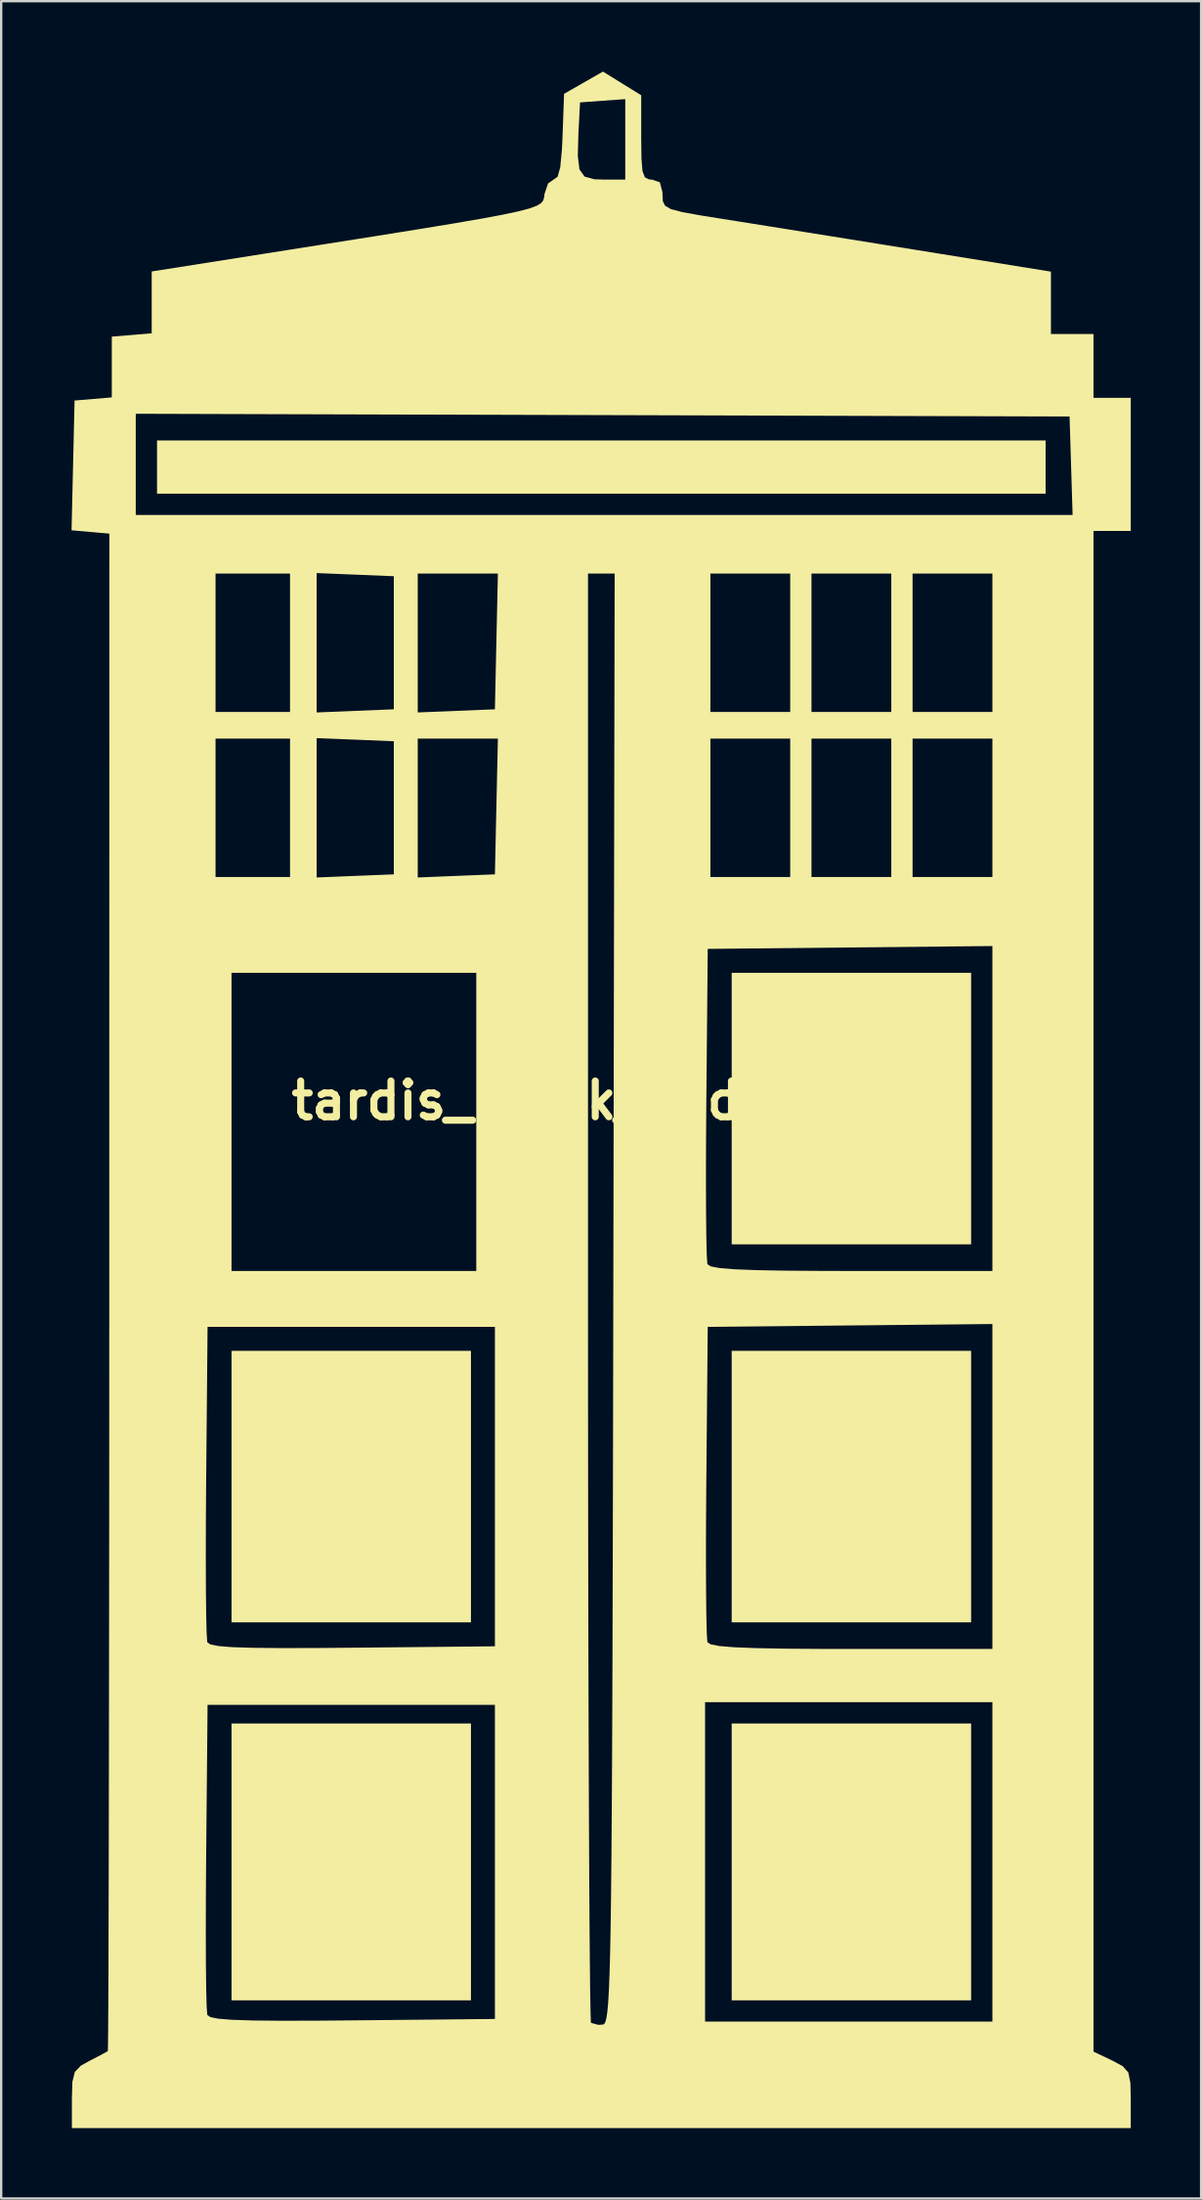
<source format=kicad_pcb>
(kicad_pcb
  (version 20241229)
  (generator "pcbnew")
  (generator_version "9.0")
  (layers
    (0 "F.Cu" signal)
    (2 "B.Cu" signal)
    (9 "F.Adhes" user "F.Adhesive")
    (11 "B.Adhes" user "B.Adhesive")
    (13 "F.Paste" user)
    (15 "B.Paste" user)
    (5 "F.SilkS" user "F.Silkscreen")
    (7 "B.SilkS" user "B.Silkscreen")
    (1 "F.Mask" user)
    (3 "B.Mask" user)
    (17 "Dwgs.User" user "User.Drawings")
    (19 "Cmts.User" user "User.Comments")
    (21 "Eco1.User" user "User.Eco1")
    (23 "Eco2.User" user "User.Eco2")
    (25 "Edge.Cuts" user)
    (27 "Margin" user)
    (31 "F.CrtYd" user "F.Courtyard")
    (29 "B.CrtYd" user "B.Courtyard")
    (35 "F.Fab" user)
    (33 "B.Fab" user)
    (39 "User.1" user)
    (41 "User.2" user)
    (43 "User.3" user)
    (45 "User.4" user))
  (footprint "tardis_black_and_white"
    (layer "F.Cu")
    (at 22.466 43.834)
    (property "Reference" "tardis_black_and_white" (at 0 0 0) (layer "F.SilkS") (effects (font (size 1.524 1.524) (thickness 0.3))))
    (attr board_only exclude_from_pos_files exclude_from_bom)
    (fp_poly (pts (xy -5.443 22.225) (xy -15.648 22.225) (xy -15.648 10.659) (xy -5.443 10.659)) (stroke (width 0) (type solid)) (fill yes) (layer "F.SilkS"))
    (fp_poly (pts (xy -5.443 38.327) (xy -15.648 38.327) (xy -15.648 26.534) (xy -5.443 26.534)) (stroke (width 0) (type solid)) (fill yes) (layer "F.SilkS"))
    (fp_poly (pts (xy 15.875 6.123) (xy 5.67 6.123) (xy 5.67 -5.443) (xy 15.875 -5.443)) (stroke (width 0) (type solid)) (fill yes) (layer "F.SilkS"))
    (fp_poly (pts (xy 15.875 22.225) (xy 5.67 22.225) (xy 5.67 10.659) (xy 15.875 10.659)) (stroke (width 0) (type solid)) (fill yes) (layer "F.SilkS"))
    (fp_poly (pts (xy 15.875 38.327) (xy 5.67 38.327) (xy 5.67 26.534) (xy 15.875 26.534)) (stroke (width 0) (type solid)) (fill yes) (layer "F.SilkS"))
    (fp_poly (pts (xy 19.05 -25.854) (xy -18.823 -25.854) (xy -18.823 -28.121) (xy 19.05 -28.121)) (stroke (width 0) (type solid)) (fill yes) (layer "F.SilkS"))
    (fp_poly (pts (xy 1.814 -42.826) (xy 1.814 -41.03) (xy 1.824 -40.131) (xy 1.868 -39.595) (xy 1.971 -39.328) (xy 2.154 -39.24) (xy 2.268 -39.234) (xy 2.609 -39.118) (xy 2.72 -38.696) (xy 2.721 -38.599) (xy 2.735 -38.318) (xy 2.83 -38.121) (xy 3.083 -37.974) (xy 3.574 -37.846) (xy 4.38 -37.702) (xy 5.159 -37.578) (xy 6.079 -37.432) (xy 7.35 -37.229) (xy 8.876 -36.985) (xy 10.562 -36.715) (xy 12.31 -36.434) (xy 13.437 -36.253) (xy 19.277 -35.313) (xy 19.277 -32.657) (xy 21.091 -32.657) (xy 21.091 -29.936) (xy 22.679 -29.936) (xy 22.679 -24.266) (xy 21.091 -24.266) (xy 21.091 40.511) (xy 21.885 40.889) (xy 22.34 41.134) (xy 22.577 41.405) (xy 22.665 41.85) (xy 22.679 42.519) (xy 22.679 43.77) (xy -22.452 43.77) (xy -22.452 42.528) (xy -22.432 41.801) (xy -22.327 41.378) (xy -22.069 41.11) (xy -21.715 40.912) (xy -21.217 40.654) (xy -20.936 40.5) (xy -20.92 40.489) (xy -20.913 40.261) (xy -20.907 39.605) (xy -20.9 38.546) (xy -20.894 37.11) (xy -20.889 35.413) (xy -16.744 35.413) (xy -16.74 36.746) (xy -16.728 37.817) (xy -16.709 38.566) (xy -16.683 38.931) (xy -16.678 38.951) (xy -16.55 39.041) (xy -16.215 39.109) (xy -15.631 39.156) (xy -14.754 39.185) (xy -13.541 39.197) (xy -11.95 39.193) (xy -10.495 39.181) (xy -4.422 39.121) (xy -4.422 25.74) (xy -16.669 25.74) (xy -16.729 32.201) (xy -16.741 33.877) (xy -16.744 35.413) (xy -20.889 35.413) (xy -20.889 35.323) (xy -20.883 33.209) (xy -20.878 30.795) (xy -20.874 28.105) (xy -20.87 25.166) (xy -20.866 22.003) (xy -20.864 19.454) (xy -16.744 19.454) (xy -16.74 20.804) (xy -16.728 21.892) (xy -16.71 22.66) (xy -16.684 23.048) (xy -16.678 23.076) (xy -16.55 23.166) (xy -16.215 23.234) (xy -15.629 23.282) (xy -14.751 23.31) (xy -13.537 23.322) (xy -11.945 23.318) (xy -10.495 23.306) (xy -4.422 23.246) (xy -4.422 9.638) (xy -16.669 9.638) (xy -16.729 16.212) (xy -16.741 17.904) (xy -16.744 19.454) (xy -20.864 19.454) (xy -20.863 18.641) (xy -20.861 15.106) (xy -20.86 11.423) (xy -20.859 8.353) (xy -0.454 8.353) (xy -0.453 12.055) (xy -0.45 15.631) (xy -0.446 19.056) (xy -0.44 22.303) (xy -0.432 25.346) (xy -0.423 28.16) (xy -0.413 30.717) (xy -0.402 32.992) (xy -0.39 34.958) (xy -0.377 36.59) (xy -0.363 37.861) (xy -0.348 38.744) (xy -0.333 39.214) (xy -0.325 39.287) (xy -0.016 39.371) (xy 0.186 39.36) (xy 0.24 39.33) (xy 0.288 39.242) (xy 0.291 39.234) (xy 4.536 39.234) (xy 16.782 39.234) (xy 16.782 25.627) (xy 4.536 25.627) (xy 4.536 39.234) (xy 0.291 39.234) (xy 0.332 39.074) (xy 0.372 38.803) (xy 0.407 38.407) (xy 0.438 37.863) (xy 0.465 37.151) (xy 0.49 36.246) (xy 0.511 35.128) (xy 0.529 33.773) (xy 0.545 32.16) (xy 0.559 30.265) (xy 0.572 28.068) (xy 0.583 25.545) (xy 0.592 22.675) (xy 0.601 19.454) (xy 4.573 19.454) (xy 4.578 20.803) (xy 4.589 21.89) (xy 4.607 22.657) (xy 4.632 23.044) (xy 4.638 23.073) (xy 4.777 23.163) (xy 5.142 23.234) (xy 5.775 23.287) (xy 6.717 23.324) (xy 8.008 23.347) (xy 9.689 23.358) (xy 10.765 23.359) (xy 16.782 23.359) (xy 16.782 9.518) (xy 10.716 9.578) (xy 4.649 9.638) (xy 4.589 16.212) (xy 4.577 17.904) (xy 4.573 19.454) (xy 0.601 19.454) (xy 0.601 19.434) (xy 0.61 15.801) (xy 0.618 11.754) (xy 0.624 8.426) (xy 0.634 3.352) (xy 4.573 3.352) (xy 4.578 4.701) (xy 4.589 5.789) (xy 4.607 6.556) (xy 4.632 6.942) (xy 4.638 6.971) (xy 4.777 7.062) (xy 5.142 7.132) (xy 5.775 7.185) (xy 6.717 7.222) (xy 8.008 7.245) (xy 9.689 7.256) (xy 10.765 7.257) (xy 16.782 7.257) (xy 16.782 -6.584) (xy 4.649 -6.463) (xy 4.589 0.111) (xy 4.577 1.802) (xy 4.573 3.352) (xy 0.634 3.352) (xy 0.658 -9.525) (xy 4.763 -9.525) (xy 8.164 -9.525) (xy 9.071 -9.525) (xy 12.473 -9.525) (xy 13.38 -9.525) (xy 16.782 -9.525) (xy 16.782 -15.421) (xy 13.38 -15.421) (xy 13.38 -9.525) (xy 12.473 -9.525) (xy 12.473 -15.421) (xy 9.071 -15.421) (xy 9.071 -9.525) (xy 8.164 -9.525) (xy 8.164 -15.421) (xy 4.763 -15.421) (xy 4.763 -9.525) (xy 0.658 -9.525) (xy 0.671 -16.555) (xy 4.763 -16.555) (xy 8.164 -16.555) (xy 9.071 -16.555) (xy 12.473 -16.555) (xy 13.38 -16.555) (xy 16.782 -16.555) (xy 16.782 -22.452) (xy 13.38 -22.452) (xy 13.38 -16.555) (xy 12.473 -16.555) (xy 12.473 -22.452) (xy 9.071 -22.452) (xy 9.071 -16.555) (xy 8.164 -16.555) (xy 8.164 -22.452) (xy 4.763 -22.452) (xy 4.763 -16.555) (xy 0.671 -16.555) (xy 0.682 -22.452) (xy -0.454 -22.452) (xy -0.454 8.353) (xy -20.859 8.353) (xy -20.859 8.145) (xy -20.859 7.257) (xy -15.648 7.257) (xy -5.216 7.257) (xy -5.216 -5.443) (xy -15.648 -5.443) (xy -15.648 7.257) (xy -20.859 7.257) (xy -20.857 -9.525) (xy -16.329 -9.525) (xy -13.154 -9.525) (xy -13.154 -15.421) (xy -16.329 -15.421) (xy -16.329 -9.525) (xy -20.857 -9.525) (xy -20.856 -15.441) (xy -12.02 -15.441) (xy -12.02 -9.505) (xy -7.711 -9.505) (xy -6.067 -9.572) (xy -4.422 -9.638) (xy -4.295 -15.421) (xy -7.711 -15.421) (xy -7.711 -9.505) (xy -12.02 -9.505) (xy -10.375 -9.572) (xy -8.731 -9.638) (xy -8.731 -15.308) (xy -10.375 -15.375) (xy -12.02 -15.441) (xy -20.856 -15.441) (xy -20.856 -16.555) (xy -16.329 -16.555) (xy -13.154 -16.555) (xy -13.154 -22.452) (xy -16.329 -22.452) (xy -16.329 -16.555) (xy -20.856 -16.555) (xy -20.856 -22.472) (xy -12.02 -22.472) (xy -12.02 -16.535) (xy -7.711 -16.535) (xy -6.067 -16.602) (xy -4.422 -16.669) (xy -4.359 -19.56) (xy -4.295 -22.452) (xy -7.711 -22.452) (xy -7.711 -16.535) (xy -12.02 -16.535) (xy -10.375 -16.602) (xy -8.731 -16.669) (xy -8.731 -22.338) (xy -10.375 -22.405) (xy -12.02 -22.472) (xy -20.856 -22.472) (xy -20.855 -24.153) (xy -21.66 -24.223) (xy -22.466 -24.294) (xy -22.402 -27.058) (xy -22.351 -29.258) (xy -19.73 -29.258) (xy -19.73 -24.946) (xy 20.201 -24.946) (xy 20.071 -29.142) (xy -19.73 -29.258) (xy -22.351 -29.258) (xy -22.338 -29.822) (xy -20.751 -29.956) (xy -20.751 -32.544) (xy -19.9 -32.614) (xy -19.05 -32.685) (xy -19.05 -35.32) (xy -14.344 -36.062) (xy -11.727 -36.475) (xy -9.522 -36.824) (xy -7.694 -37.117) (xy -6.207 -37.361) (xy -5.026 -37.564) (xy -4.115 -37.733) (xy -3.438 -37.877) (xy -2.96 -38.002) (xy -2.646 -38.116) (xy -2.459 -38.226) (xy -2.365 -38.341) (xy -2.327 -38.468) (xy -2.31 -38.614) (xy -2.309 -38.617) (xy -2.156 -39.07) (xy -1.922 -39.234) (xy -1.751 -39.354) (xy -1.637 -39.759) (xy -1.591 -40.244) (xy -0.889 -40.244) (xy -0.817 -39.665) (xy -0.599 -39.362) (xy -0.185 -39.248) (xy 0.22 -39.234) (xy 1.134 -39.234) (xy 1.134 -42.662) (xy -0.794 -42.522) (xy -0.863 -41.187) (xy -0.889 -40.244) (xy -1.591 -40.244) (xy -1.565 -40.516) (xy -1.54 -41.061) (xy -1.474 -42.888) (xy -0.646 -43.361) (xy 0.183 -43.834)) (stroke (width 0) (type solid)) (fill yes) (layer "F.SilkS")))
  (gr_rect
    (start -3 -3)
    (end 48.144 90.603)
    (stroke (width 0.1) (type default))
    (fill no)
    (layer "Edge.Cuts")))
</source>
